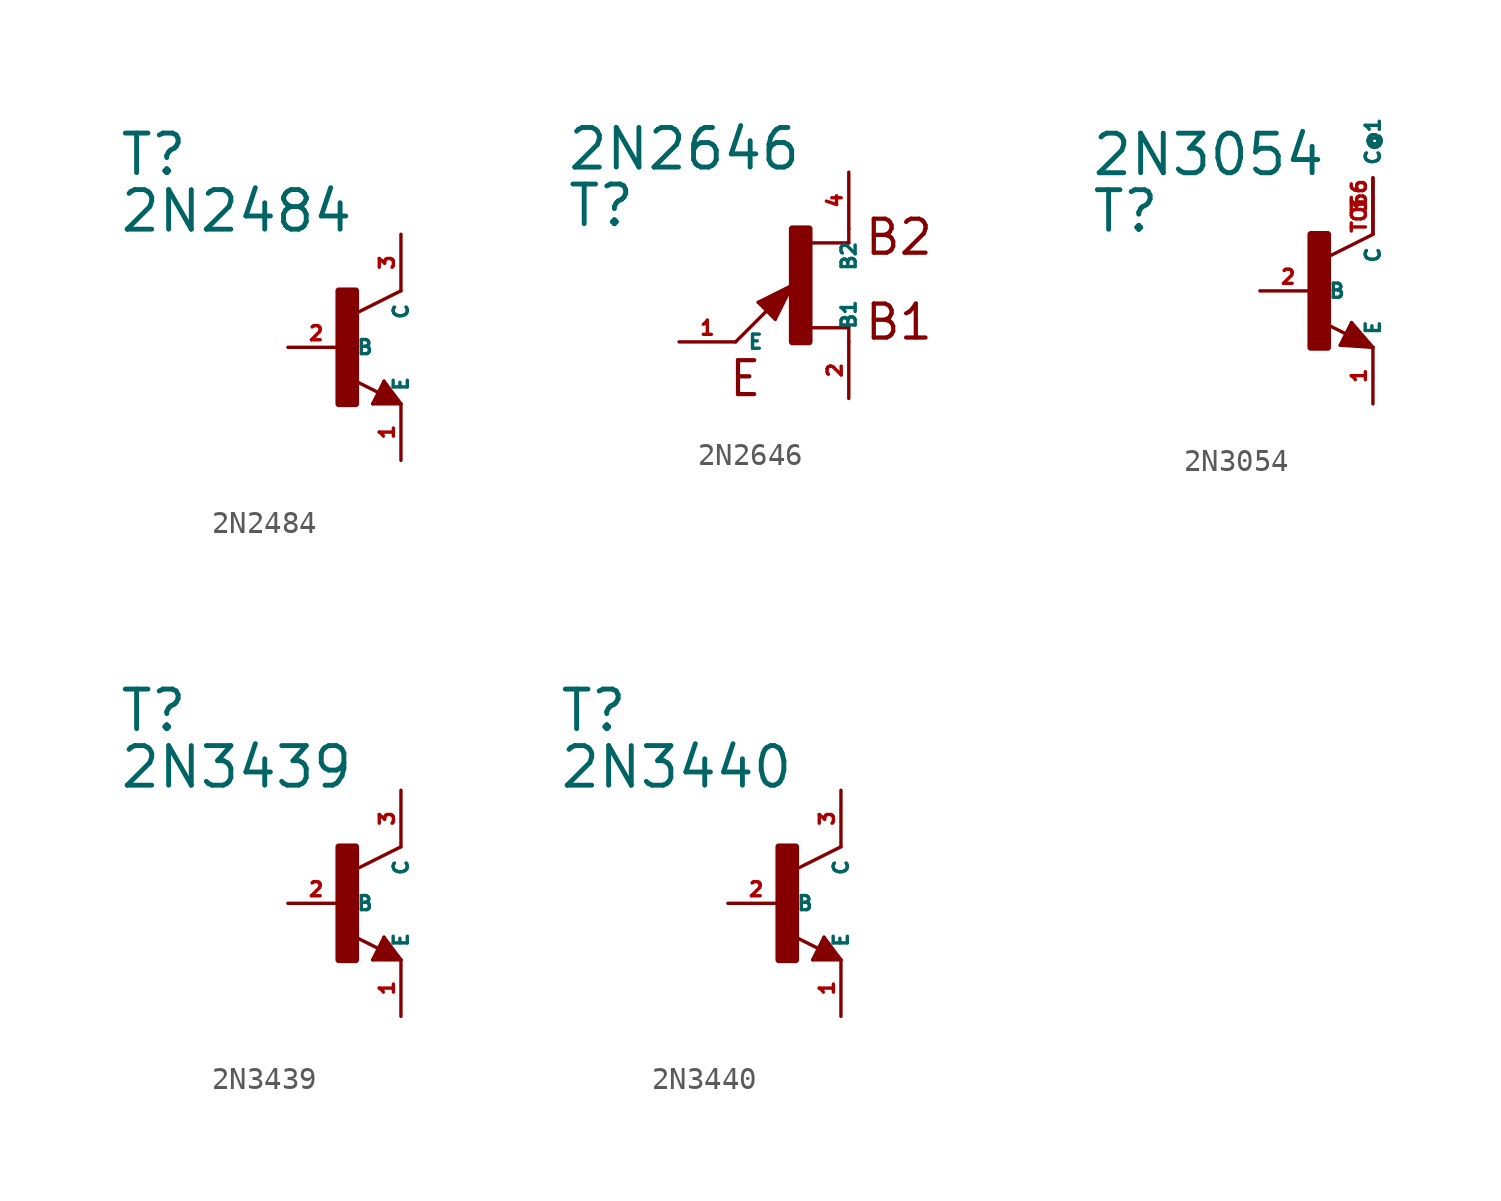
<source format=kicad_sym>
(kicad_symbol_lib
  (version 20220914)
  (generator Eagle2Kicad)
  (symbol "2N2484"
    (property "Reference" "T"
      (at -10.16 7.62 0)
      (effects (font (size 1.778 1.778) (thickness 0.22)) (justify left bottom)))
    (property "Value" "2N2484"
      (at -10.16 5.08 0)
      (effects (font (size 1.778 1.778) (thickness 0.22)) (justify left bottom)))
    (polyline
      (pts (xy 2.54 2.54) (xy 0.508 1.524))
      (stroke (width 0.152) (type default))
      (fill (type none)))
    (polyline
      (pts (xy 1.778 -1.524) (xy 2.54 -2.54))
      (stroke (width 0.152) (type default))
      (fill (type none)))
    (polyline
      (pts (xy 2.54 -2.54) (xy 1.27 -2.54))
      (stroke (width 0.152) (type default))
      (fill (type none)))
    (polyline
      (pts (xy 1.27 -2.54) (xy 1.778 -1.524))
      (stroke (width 0.152) (type default))
      (fill (type none)))
    (polyline
      (pts (xy 1.54 -2.04) (xy 0.308 -1.424))
      (stroke (width 0.152) (type default))
      (fill (type none)))
    (polyline
      (pts (xy 1.524 -2.413) (xy 2.286 -2.413))
      (stroke (width 0.254) (type default))
      (fill (type none)))
    (polyline
      (pts (xy 2.286 -2.413) (xy 1.778 -1.778))
      (stroke (width 0.254) (type default))
      (fill (type none)))
    (polyline
      (pts (xy 1.778 -1.778) (xy 1.524 -2.286))
      (stroke (width 0.254) (type default))
      (fill (type none)))
    (polyline
      (pts (xy 1.524 -2.286) (xy 1.905 -2.286))
      (stroke (width 0.254) (type default))
      (fill (type none)))
    (polyline
      (pts (xy 1.905 -2.286) (xy 1.778 -2.032))
      (stroke (width 0.254) (type default))
      (fill (type none)))
    (rectangle
      (start -0.254 -2.54)
      (end 0.508 2.54)
      (stroke (width 0.3) (type default))
      (fill (type outline)))
    (pin passive line
      (at -2.54 0 0)
      (length 2.54)
      (name "B" (effects (font (size 0.635 0.635) (thickness 0.08)) (justify left bottom)))
      (number "2" (effects (font (size 0.635 0.635) (thickness 0.08)) (justify left bottom))))
    (pin passive line
      (at 2.54 -5.08 90)
      (length 2.54)
      (name "E" (effects (font (size 0.635 0.635) (thickness 0.08)) (justify left bottom)))
      (number "1" (effects (font (size 0.635 0.635) (thickness 0.08)) (justify left bottom))))
    (pin passive line
      (at 2.54 5.08 270)
      (length 2.54)
      (name "C" (effects (font (size 0.635 0.635) (thickness 0.08)) (justify left bottom)))
      (number "3" (effects (font (size 0.635 0.635) (thickness 0.08)) (justify left bottom)))))
  (symbol "2N2646"
    (property "Reference" "T"
      (at -10.16 2.54 0)
      (effects (font (size 1.778 1.778) (thickness 0.22)) (justify left bottom)))
    (property "Value" "2N2646"
      (at -10.16 5.08 0)
      (effects (font (size 1.778 1.778) (thickness 0.22)) (justify left bottom)))
    (polyline
      (pts (xy 2.54 1.905) (xy 0.787 1.905))
      (stroke (width 0.152) (type default))
      (fill (type none)))
    (polyline
      (pts (xy 2.54 -1.905) (xy 0.787 -1.905))
      (stroke (width 0.152) (type default))
      (fill (type none)))
    (polyline
      (pts (xy 2.54 -2.54) (xy 2.54 -1.905))
      (stroke (width 0.152) (type default))
      (fill (type none)))
    (polyline
      (pts (xy 2.54 2.54) (xy 2.54 1.905))
      (stroke (width 0.152) (type default))
      (fill (type none)))
    (polyline
      (pts (xy -0.762 -1.524) (xy -1.524 -0.762))
      (stroke (width 0.152) (type default))
      (fill (type none)))
    (polyline
      (pts (xy 0 0) (xy -0.762 -1.524))
      (stroke (width 0.152) (type default))
      (fill (type none)))
    (polyline
      (pts (xy -1.524 -0.762) (xy 0 0))
      (stroke (width 0.152) (type default))
      (fill (type none)))
    (polyline
      (pts (xy -2.54 -2.54) (xy -0.381 -0.381))
      (stroke (width 0.152) (type default))
      (fill (type none)))
    (polyline
      (pts (xy -0.381 -0.381) (xy 0 0))
      (stroke (width 0.152) (type default))
      (fill (type none)))
    (polyline
      (pts (xy -1.27 -0.762) (xy -0.762 -1.27))
      (stroke (width 0.254) (type default))
      (fill (type none)))
    (polyline
      (pts (xy -0.762 -1.27) (xy -0.381 -0.381))
      (stroke (width 0.254) (type default))
      (fill (type none)))
    (polyline
      (pts (xy -0.381 -0.381) (xy -1.143 -0.762))
      (stroke (width 0.254) (type default))
      (fill (type none)))
    (polyline
      (pts (xy -1.143 -0.762) (xy -0.762 -1.016))
      (stroke (width 0.254) (type default))
      (fill (type none)))
    (polyline
      (pts (xy -0.762 -1.016) (xy -0.762 -0.635))
      (stroke (width 0.254) (type default))
      (fill (type none)))
    (text "B2"
      (at 3.175 1.27 0)
      (effects (font (size 1.524 1.524) (thickness 0.19)) (justify left bottom)))
    (text "B1"
      (at 3.175 -2.54 0)
      (effects (font (size 1.524 1.524) (thickness 0.19)) (justify left bottom)))
    (text "E"
      (at -2.921 -5.08 0)
      (effects (font (size 1.524 1.524) (thickness 0.19)) (justify left bottom)))
    (rectangle
      (start 0 -2.54)
      (end 0.762 2.54)
      (stroke (width 0.3) (type default))
      (fill (type outline)))
    (pin passive line
      (at -5.08 -2.54 0)
      (length 2.54)
      (name "E" (effects (font (size 0.635 0.635) (thickness 0.08)) (justify left bottom)))
      (number "1" (effects (font (size 0.635 0.635) (thickness 0.08)) (justify left bottom))))
    (pin passive line
      (at 2.54 -5.08 90)
      (length 2.54)
      (name "B1" (effects (font (size 0.635 0.635) (thickness 0.08)) (justify left bottom)))
      (number "2" (effects (font (size 0.635 0.635) (thickness 0.08)) (justify left bottom))))
    (pin passive line
      (at 2.54 5.08 270)
      (length 2.54)
      (name "B2" (effects (font (size 0.635 0.635) (thickness 0.08)) (justify left bottom)))
      (number "4" (effects (font (size 0.635 0.635) (thickness 0.08)) (justify left bottom)))))
  (symbol "2N3054"
    (property "Reference" "T"
      (at -10.16 2.54 0)
      (effects (font (size 1.778 1.778) (thickness 0.22)) (justify left bottom)))
    (property "Value" "2N3054"
      (at -10.16 5.08 0)
      (effects (font (size 1.778 1.778) (thickness 0.22)) (justify left bottom)))
    (polyline
      (pts (xy 2.54 2.54) (xy 0.508 1.524))
      (stroke (width 0.152) (type default))
      (fill (type none)))
    (polyline
      (pts (xy 1.578 -1.424) (xy 2.54 -2.54))
      (stroke (width 0.152) (type default))
      (fill (type none)))
    (polyline
      (pts (xy 2.54 -2.54) (xy 1.07 -2.44))
      (stroke (width 0.152) (type default))
      (fill (type none)))
    (polyline
      (pts (xy 1.07 -2.44) (xy 1.578 -1.424))
      (stroke (width 0.152) (type default))
      (fill (type none)))
    (polyline
      (pts (xy 1.34 -1.94) (xy 0.108 -1.324))
      (stroke (width 0.152) (type default))
      (fill (type none)))
    (polyline
      (pts (xy 2.286 -2.413) (xy 1.651 -1.651))
      (stroke (width 0.254) (type default))
      (fill (type none)))
    (polyline
      (pts (xy 1.651 -1.651) (xy 1.27 -2.286))
      (stroke (width 0.254) (type default))
      (fill (type none)))
    (polyline
      (pts (xy 1.27 -2.286) (xy 2.159 -2.413))
      (stroke (width 0.254) (type default))
      (fill (type none)))
    (polyline
      (pts (xy 2.159 -2.413) (xy 1.651 -1.905))
      (stroke (width 0.254) (type default))
      (fill (type none)))
    (polyline
      (pts (xy 1.651 -1.905) (xy 1.524 -2.159))
      (stroke (width 0.254) (type default))
      (fill (type none)))
    (polyline
      (pts (xy 1.524 -2.159) (xy 1.778 -2.159))
      (stroke (width 0.254) (type default))
      (fill (type none)))
    (rectangle
      (start -0.254 -2.54)
      (end 0.508 2.54)
      (stroke (width 0.3) (type default))
      (fill (type outline)))
    (pin passive line
      (at -2.54 0 0)
      (length 2.54)
      (name "B" (effects (font (size 0.635 0.635) (thickness 0.08)) (justify left bottom)))
      (number "2" (effects (font (size 0.635 0.635) (thickness 0.08)) (justify left bottom))))
    (pin passive line
      (at 2.54 -5.08 90)
      (length 2.54)
      (name "E" (effects (font (size 0.635 0.635) (thickness 0.08)) (justify left bottom)))
      (number "1" (effects (font (size 0.635 0.635) (thickness 0.08)) (justify left bottom))))
    (pin passive line
      (at 2.54 5.08 270)
      (length 2.54)
      (name "C" (effects (font (size 0.635 0.635) (thickness 0.08)) (justify left bottom)))
      (number "3" (effects (font (size 0.635 0.635) (thickness 0.08)) (justify left bottom))))
    (pin passive line
      (at 2.54 2.54 90)
      (length 2.54)
      (name "C@1" (effects (font (size 0.635 0.635) (thickness 0.08)) (justify left bottom)))
      (number "TO66" (effects (font (size 0.635 0.635) (thickness 0.08)) (justify left bottom)))))
  (symbol "2N3439"
    (property "Reference" "T"
      (at -10.16 7.62 0)
      (effects (font (size 1.778 1.778) (thickness 0.22)) (justify left bottom)))
    (property "Value" "2N3439"
      (at -10.16 5.08 0)
      (effects (font (size 1.778 1.778) (thickness 0.22)) (justify left bottom)))
    (polyline
      (pts (xy 2.54 2.54) (xy 0.508 1.524))
      (stroke (width 0.152) (type default))
      (fill (type none)))
    (polyline
      (pts (xy 1.778 -1.524) (xy 2.54 -2.54))
      (stroke (width 0.152) (type default))
      (fill (type none)))
    (polyline
      (pts (xy 2.54 -2.54) (xy 1.27 -2.54))
      (stroke (width 0.152) (type default))
      (fill (type none)))
    (polyline
      (pts (xy 1.27 -2.54) (xy 1.778 -1.524))
      (stroke (width 0.152) (type default))
      (fill (type none)))
    (polyline
      (pts (xy 1.54 -2.04) (xy 0.308 -1.424))
      (stroke (width 0.152) (type default))
      (fill (type none)))
    (polyline
      (pts (xy 1.524 -2.413) (xy 2.286 -2.413))
      (stroke (width 0.254) (type default))
      (fill (type none)))
    (polyline
      (pts (xy 2.286 -2.413) (xy 1.778 -1.778))
      (stroke (width 0.254) (type default))
      (fill (type none)))
    (polyline
      (pts (xy 1.778 -1.778) (xy 1.524 -2.286))
      (stroke (width 0.254) (type default))
      (fill (type none)))
    (polyline
      (pts (xy 1.524 -2.286) (xy 1.905 -2.286))
      (stroke (width 0.254) (type default))
      (fill (type none)))
    (polyline
      (pts (xy 1.905 -2.286) (xy 1.778 -2.032))
      (stroke (width 0.254) (type default))
      (fill (type none)))
    (rectangle
      (start -0.254 -2.54)
      (end 0.508 2.54)
      (stroke (width 0.3) (type default))
      (fill (type outline)))
    (pin passive line
      (at -2.54 0 0)
      (length 2.54)
      (name "B" (effects (font (size 0.635 0.635) (thickness 0.08)) (justify left bottom)))
      (number "2" (effects (font (size 0.635 0.635) (thickness 0.08)) (justify left bottom))))
    (pin passive line
      (at 2.54 -5.08 90)
      (length 2.54)
      (name "E" (effects (font (size 0.635 0.635) (thickness 0.08)) (justify left bottom)))
      (number "1" (effects (font (size 0.635 0.635) (thickness 0.08)) (justify left bottom))))
    (pin passive line
      (at 2.54 5.08 270)
      (length 2.54)
      (name "C" (effects (font (size 0.635 0.635) (thickness 0.08)) (justify left bottom)))
      (number "3" (effects (font (size 0.635 0.635) (thickness 0.08)) (justify left bottom)))))
  (symbol "2N3440"
    (property "Reference" "T"
      (at -10.16 7.62 0)
      (effects (font (size 1.778 1.778) (thickness 0.22)) (justify left bottom)))
    (property "Value" "2N3440"
      (at -10.16 5.08 0)
      (effects (font (size 1.778 1.778) (thickness 0.22)) (justify left bottom)))
    (polyline
      (pts (xy 2.54 2.54) (xy 0.508 1.524))
      (stroke (width 0.152) (type default))
      (fill (type none)))
    (polyline
      (pts (xy 1.778 -1.524) (xy 2.54 -2.54))
      (stroke (width 0.152) (type default))
      (fill (type none)))
    (polyline
      (pts (xy 2.54 -2.54) (xy 1.27 -2.54))
      (stroke (width 0.152) (type default))
      (fill (type none)))
    (polyline
      (pts (xy 1.27 -2.54) (xy 1.778 -1.524))
      (stroke (width 0.152) (type default))
      (fill (type none)))
    (polyline
      (pts (xy 1.54 -2.04) (xy 0.308 -1.424))
      (stroke (width 0.152) (type default))
      (fill (type none)))
    (polyline
      (pts (xy 1.524 -2.413) (xy 2.286 -2.413))
      (stroke (width 0.254) (type default))
      (fill (type none)))
    (polyline
      (pts (xy 2.286 -2.413) (xy 1.778 -1.778))
      (stroke (width 0.254) (type default))
      (fill (type none)))
    (polyline
      (pts (xy 1.778 -1.778) (xy 1.524 -2.286))
      (stroke (width 0.254) (type default))
      (fill (type none)))
    (polyline
      (pts (xy 1.524 -2.286) (xy 1.905 -2.286))
      (stroke (width 0.254) (type default))
      (fill (type none)))
    (polyline
      (pts (xy 1.905 -2.286) (xy 1.778 -2.032))
      (stroke (width 0.254) (type default))
      (fill (type none)))
    (rectangle
      (start -0.254 -2.54)
      (end 0.508 2.54)
      (stroke (width 0.3) (type default))
      (fill (type outline)))
    (pin passive line
      (at -2.54 0 0)
      (length 2.54)
      (name "B" (effects (font (size 0.635 0.635) (thickness 0.08)) (justify left bottom)))
      (number "2" (effects (font (size 0.635 0.635) (thickness 0.08)) (justify left bottom))))
    (pin passive line
      (at 2.54 -5.08 90)
      (length 2.54)
      (name "E" (effects (font (size 0.635 0.635) (thickness 0.08)) (justify left bottom)))
      (number "1" (effects (font (size 0.635 0.635) (thickness 0.08)) (justify left bottom))))
    (pin passive line
      (at 2.54 5.08 270)
      (length 2.54)
      (name "C" (effects (font (size 0.635 0.635) (thickness 0.08)) (justify left bottom)))
      (number "3" (effects (font (size 0.635 0.635) (thickness 0.08)) (justify left bottom))))))
</source>
